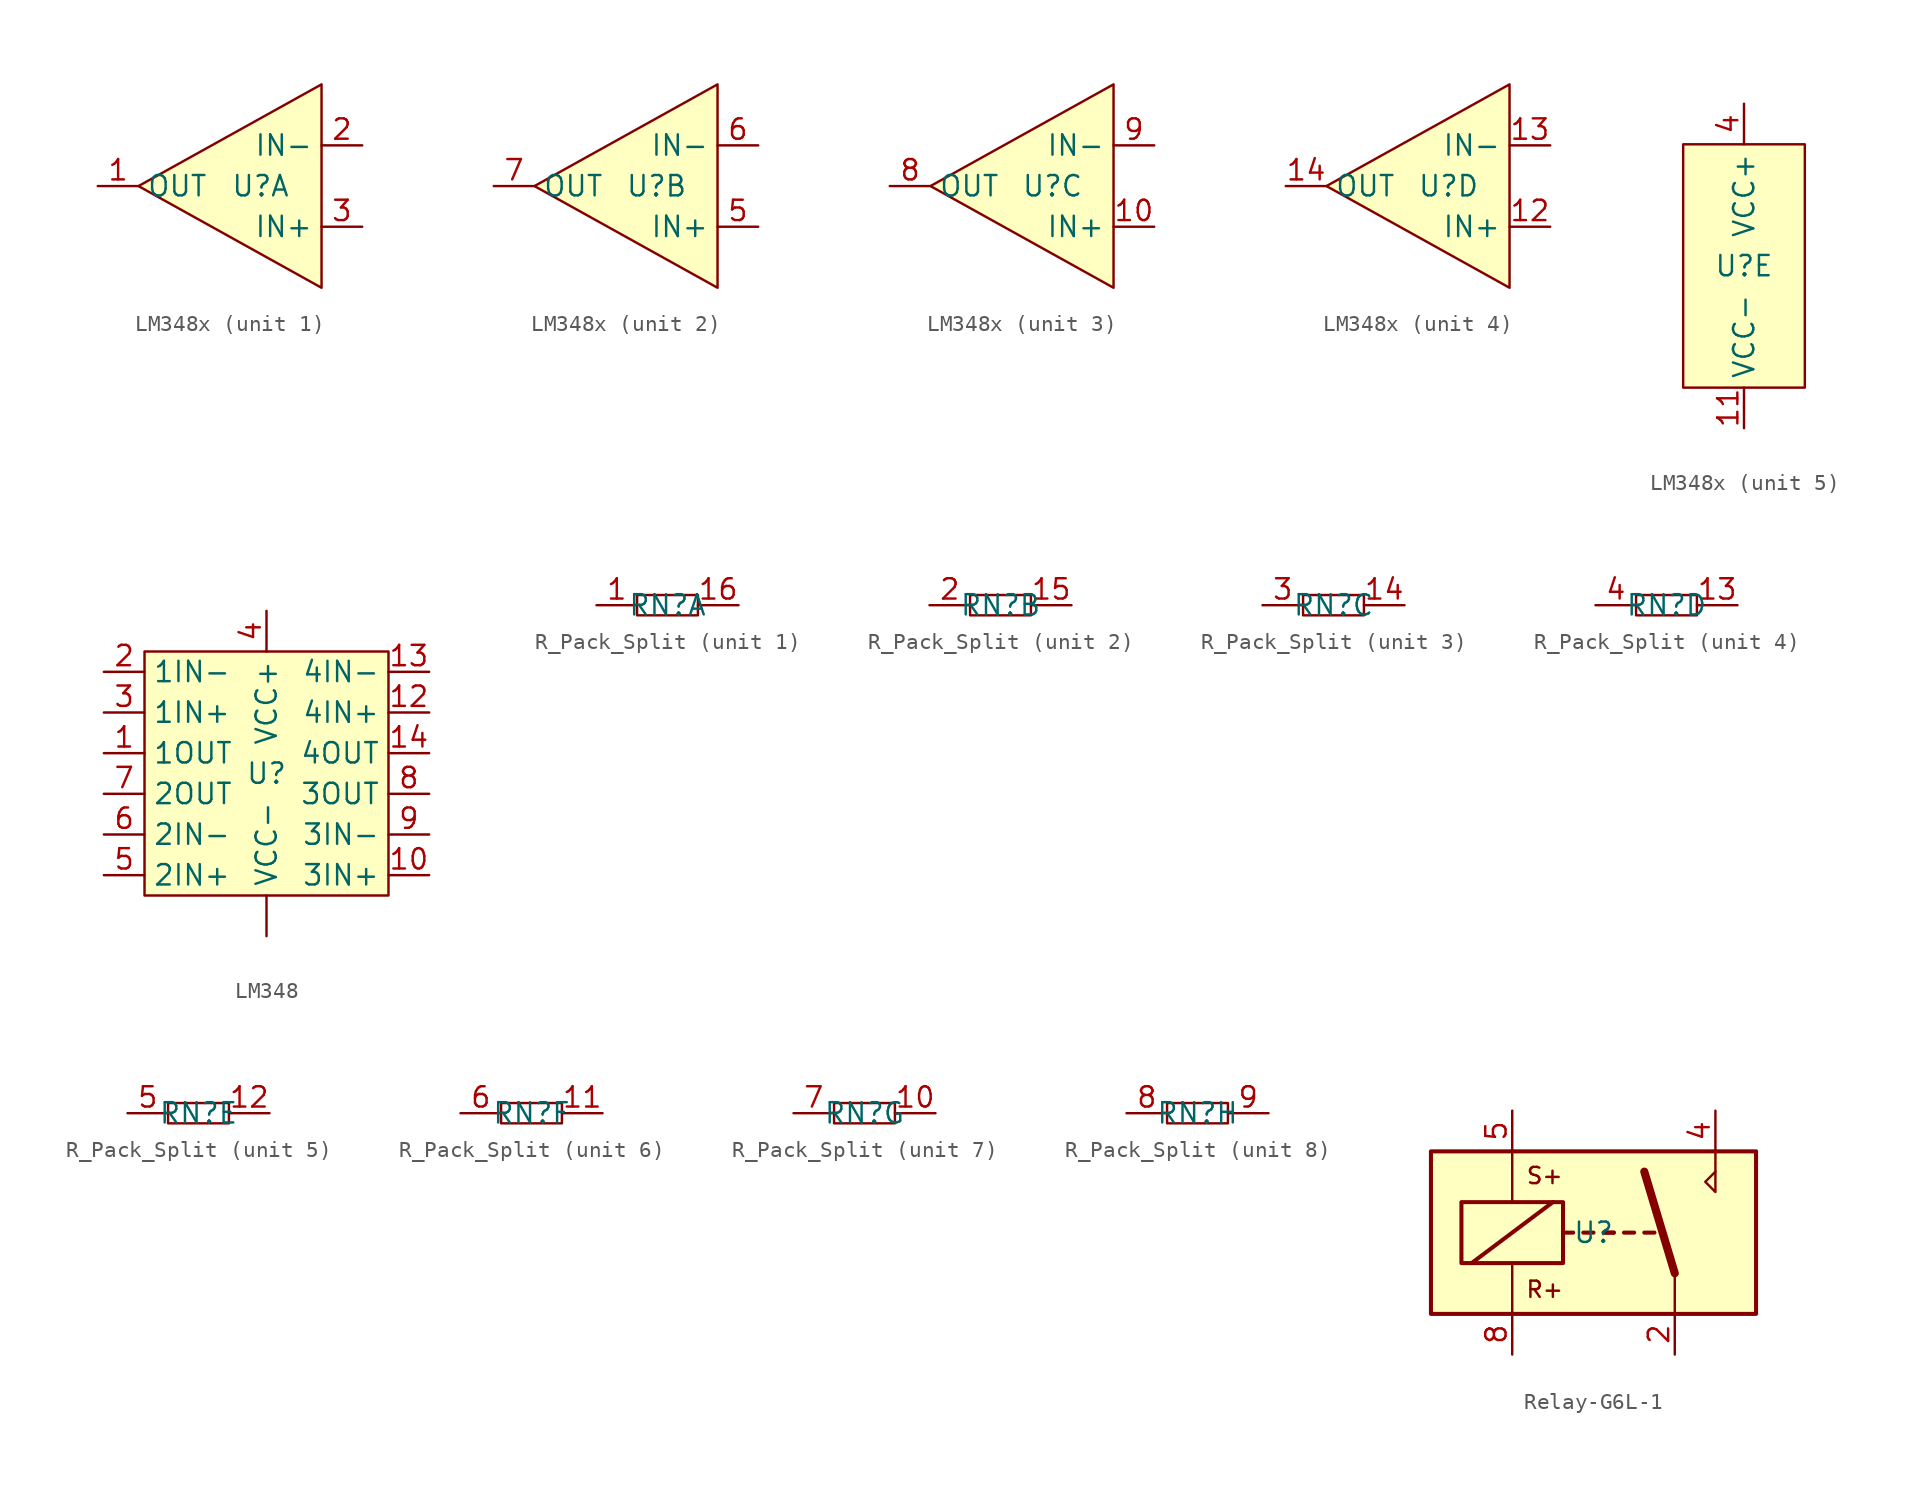
<source format=kicad_sym>
(kicad_symbol_lib
  (version 20231120)
  (generator "kicad_symbol_editor")
  (generator_version "8.0")
  (symbol "LM348x"
    (property "Reference" "U"
      (at 0 0 0)
      (effects (font (size 1.27 1.27))))
    (property "Value" ""
      (at -1.27 0 0)
      (effects (font (size 1.27 1.27))))
    (property "ki_locked" ""
      (at 0 0 0)
      (effects (font (size 1.27 1.27))))
    (symbol "LM348x_1_1"
      (polyline (pts (xy -7.62 0) (xy 3.81 6.35) (xy 3.81 -6.35) (xy -7.62 0)) (stroke (width 0) (type default)) (fill (type background)))
      (pin output line (at -10.16 0 0) (length 2.54) (name "OUT" (effects (font (size 1.27 1.27)))) (number "1" (effects (font (size 1.27 1.27)))))
      (pin input line (at 6.35 2.54 180) (length 2.54) (name "IN-" (effects (font (size 1.27 1.27)))) (number "2" (effects (font (size 1.27 1.27)))))
      (pin input line (at 6.35 -2.54 180) (length 2.54) (name "IN+" (effects (font (size 1.27 1.27)))) (number "3" (effects (font (size 1.27 1.27))))))
    (symbol "LM348x_2_1"
      (polyline (pts (xy -7.62 0) (xy 3.81 6.35) (xy 3.81 -6.35) (xy -7.62 0)) (stroke (width 0) (type default)) (fill (type background)))
      (pin input line (at 6.35 -2.54 180) (length 2.54) (name "IN+" (effects (font (size 1.27 1.27)))) (number "5" (effects (font (size 1.27 1.27)))))
      (pin input line (at 6.35 2.54 180) (length 2.54) (name "IN-" (effects (font (size 1.27 1.27)))) (number "6" (effects (font (size 1.27 1.27)))))
      (pin output line (at -10.16 0 0) (length 2.54) (name "OUT" (effects (font (size 1.27 1.27)))) (number "7" (effects (font (size 1.27 1.27))))))
    (symbol "LM348x_3_1"
      (polyline (pts (xy -7.62 0) (xy 3.81 6.35) (xy 3.81 -6.35) (xy -7.62 0)) (stroke (width 0) (type default)) (fill (type background)))
      (pin input line (at 6.35 -2.54 180) (length 2.54) (name "IN+" (effects (font (size 1.27 1.27)))) (number "10" (effects (font (size 1.27 1.27)))))
      (pin output line (at -10.16 0 0) (length 2.54) (name "OUT" (effects (font (size 1.27 1.27)))) (number "8" (effects (font (size 1.27 1.27)))))
      (pin input line (at 6.35 2.54 180) (length 2.54) (name "IN-" (effects (font (size 1.27 1.27)))) (number "9" (effects (font (size 1.27 1.27))))))
    (symbol "LM348x_4_1"
      (polyline (pts (xy -7.62 0) (xy 3.81 6.35) (xy 3.81 -6.35) (xy -7.62 0)) (stroke (width 0) (type default)) (fill (type background)))
      (pin input line (at 6.35 -2.54 180) (length 2.54) (name "IN+" (effects (font (size 1.27 1.27)))) (number "12" (effects (font (size 1.27 1.27)))))
      (pin input line (at 6.35 2.54 180) (length 2.54) (name "IN-" (effects (font (size 1.27 1.27)))) (number "13" (effects (font (size 1.27 1.27)))))
      (pin output line (at -10.16 0 0) (length 2.54) (name "OUT" (effects (font (size 1.27 1.27)))) (number "14" (effects (font (size 1.27 1.27))))))
    (symbol "LM348x_5_1"
      (rectangle (start -3.81 7.62) (end 3.81 -7.62) (stroke (width 0) (type default)) (fill (type background)))
      (pin power_in line (at 0 -10.16 90) (length 2.54) (name "VCC-" (effects (font (size 1.27 1.27)))) (number "11" (effects (font (size 1.27 1.27)))))
      (pin power_in line (at 0 10.16 270) (length 2.54) (name "VCC+" (effects (font (size 1.27 1.27)))) (number "4" (effects (font (size 1.27 1.27)))))))
  (symbol "LM348"
    (property "Reference" "U"
      (at 0 0 0)
      (effects (font (size 1.27 1.27))))
    (property "Value" ""
      (at 0 0 0)
      (effects (font (size 1.27 1.27))))
    (symbol "LM348_1_1"
      (rectangle (start -7.62 7.62) (end 7.62 -7.62) (stroke (width 0) (type default)) (fill (type background)))
      (pin power_in line (at 0 -10.16 90) (length 2.54) (name "VCC-" (effects (font (size 1.27 1.27)))) (number "" (effects (font (size 1.27 1.27)))))
      (pin power_in line (at -10.16 1.27 0) (length 2.54) (name "1OUT" (effects (font (size 1.27 1.27)))) (number "1" (effects (font (size 1.27 1.27)))))
      (pin power_in line (at 10.16 -6.35 180) (length 2.54) (name "3IN+" (effects (font (size 1.27 1.27)))) (number "10" (effects (font (size 1.27 1.27)))))
      (pin power_in line (at 10.16 3.81 180) (length 2.54) (name "4IN+" (effects (font (size 1.27 1.27)))) (number "12" (effects (font (size 1.27 1.27)))))
      (pin power_in line (at 10.16 6.35 180) (length 2.54) (name "4IN-" (effects (font (size 1.27 1.27)))) (number "13" (effects (font (size 1.27 1.27)))))
      (pin power_in line (at 10.16 1.27 180) (length 2.54) (name "4OUT" (effects (font (size 1.27 1.27)))) (number "14" (effects (font (size 1.27 1.27)))))
      (pin power_in line (at -10.16 6.35 0) (length 2.54) (name "1IN-" (effects (font (size 1.27 1.27)))) (number "2" (effects (font (size 1.27 1.27)))))
      (pin power_in line (at -10.16 3.81 0) (length 2.54) (name "1IN+" (effects (font (size 1.27 1.27)))) (number "3" (effects (font (size 1.27 1.27)))))
      (pin power_in line (at 0 10.16 270) (length 2.54) (name "VCC+" (effects (font (size 1.27 1.27)))) (number "4" (effects (font (size 1.27 1.27)))))
      (pin power_in line (at -10.16 -6.35 0) (length 2.54) (name "2IN+" (effects (font (size 1.27 1.27)))) (number "5" (effects (font (size 1.27 1.27)))))
      (pin power_in line (at -10.16 -3.81 0) (length 2.54) (name "2IN-" (effects (font (size 1.27 1.27)))) (number "6" (effects (font (size 1.27 1.27)))))
      (pin power_in line (at -10.16 -1.27 0) (length 2.54) (name "2OUT" (effects (font (size 1.27 1.27)))) (number "7" (effects (font (size 1.27 1.27)))))
      (pin power_in line (at 10.16 -1.27 180) (length 2.54) (name "3OUT" (effects (font (size 1.27 1.27)))) (number "8" (effects (font (size 1.27 1.27)))))
      (pin power_in line (at 10.16 -3.81 180) (length 2.54) (name "3IN-" (effects (font (size 1.27 1.27)))) (number "9" (effects (font (size 1.27 1.27)))))))
  (symbol "R_Pack_Split"
    (property "Reference" "RN"
      (at 0 0 0)
      (effects (font (size 1.27 1.27))))
    (property "Value" ""
      (at 0 0 0)
      (effects (font (size 1.27 1.27))))
    (symbol "R_Pack_Split_0_1"
      (rectangle (start -1.905 0.635) (end 1.905 -0.635) (stroke (width 0) (type default)) (fill (type none))))
    (symbol "R_Pack_Split_1_1"
      (pin passive line (at -4.445 0 0) (length 2.54) (name "" (effects (font (size 1.27 1.27)))) (number "1" (effects (font (size 1.27 1.27)))))
      (pin passive line (at 4.445 0 180) (length 2.54) (name "" (effects (font (size 1.27 1.27)))) (number "16" (effects (font (size 1.27 1.27))))))
    (symbol "R_Pack_Split_2_1"
      (pin passive line (at 4.445 0 180) (length 2.54) (name "" (effects (font (size 1.27 1.27)))) (number "15" (effects (font (size 1.27 1.27)))))
      (pin passive line (at -4.445 0 0) (length 2.54) (name "" (effects (font (size 1.27 1.27)))) (number "2" (effects (font (size 1.27 1.27))))))
    (symbol "R_Pack_Split_3_1"
      (pin passive line (at 4.445 0 180) (length 2.54) (name "" (effects (font (size 1.27 1.27)))) (number "14" (effects (font (size 1.27 1.27)))))
      (pin passive line (at -4.445 0 0) (length 2.54) (name "" (effects (font (size 1.27 1.27)))) (number "3" (effects (font (size 1.27 1.27))))))
    (symbol "R_Pack_Split_4_1"
      (pin passive line (at 4.445 0 180) (length 2.54) (name "" (effects (font (size 1.27 1.27)))) (number "13" (effects (font (size 1.27 1.27)))))
      (pin passive line (at -4.445 0 0) (length 2.54) (name "" (effects (font (size 1.27 1.27)))) (number "4" (effects (font (size 1.27 1.27))))))
    (symbol "R_Pack_Split_5_1"
      (pin passive line (at 4.445 0 180) (length 2.54) (name "" (effects (font (size 1.27 1.27)))) (number "12" (effects (font (size 1.27 1.27)))))
      (pin passive line (at -4.445 0 0) (length 2.54) (name "" (effects (font (size 1.27 1.27)))) (number "5" (effects (font (size 1.27 1.27))))))
    (symbol "R_Pack_Split_6_1"
      (pin passive line (at 4.445 0 180) (length 2.54) (name "" (effects (font (size 1.27 1.27)))) (number "11" (effects (font (size 1.27 1.27)))))
      (pin passive line (at -4.445 0 0) (length 2.54) (name "" (effects (font (size 1.27 1.27)))) (number "6" (effects (font (size 1.27 1.27))))))
    (symbol "R_Pack_Split_7_1"
      (pin passive line (at 4.445 0 180) (length 2.54) (name "" (effects (font (size 1.27 1.27)))) (number "10" (effects (font (size 1.27 1.27)))))
      (pin passive line (at -4.445 0 0) (length 2.54) (name "" (effects (font (size 1.27 1.27)))) (number "7" (effects (font (size 1.27 1.27))))))
    (symbol "R_Pack_Split_8_1"
      (pin passive line (at -4.445 0 0) (length 2.54) (name "" (effects (font (size 1.27 1.27)))) (number "8" (effects (font (size 1.27 1.27)))))
      (pin passive line (at 4.445 0 180) (length 2.54) (name "" (effects (font (size 1.27 1.27)))) (number "9" (effects (font (size 1.27 1.27)))))))
  (symbol "Relay-G6L-1"
    (property "Reference" "U"
      (at 0 0 0)
      (effects (font (size 1.27 1.27))))
    (property "Value" ""
      (at 0 0 0)
      (effects (font (size 1.27 1.27))))
    (symbol "Relay-G6L-1_1_1"
      (rectangle (start -10.16 5.08) (end 10.16 -5.08) (stroke (width 0.254) (type default)) (fill (type background)))
      (rectangle (start -8.255 1.905) (end -1.905 -1.905) (stroke (width 0.254) (type default)) (fill (type none)))
      (polyline (pts (xy -7.62 -1.905) (xy -2.54 1.905)) (stroke (width 0.254) (type default)) (fill (type none)))
      (polyline (pts (xy -5.08 -5.08) (xy -5.08 -1.905)) (stroke (width 0) (type default)) (fill (type none)))
      (polyline (pts (xy -5.08 5.08) (xy -5.08 1.905)) (stroke (width 0) (type default)) (fill (type none)))
      (polyline (pts (xy -1.905 0) (xy -1.27 0)) (stroke (width 0.254) (type default)) (fill (type none)))
      (polyline (pts (xy -0.635 0) (xy 0 0)) (stroke (width 0.254) (type default)) (fill (type none)))
      (polyline (pts (xy 0.635 0) (xy 1.27 0)) (stroke (width 0.254) (type default)) (fill (type none)))
      (polyline (pts (xy 0.635 0) (xy 1.27 0)) (stroke (width 0.254) (type default)) (fill (type none)))
      (polyline (pts (xy 1.905 0) (xy 2.54 0)) (stroke (width 0.254) (type default)) (fill (type none)))
      (polyline (pts (xy 3.175 0) (xy 3.81 0)) (stroke (width 0.254) (type default)) (fill (type none)))
      (polyline (pts (xy 5.08 -2.54) (xy 3.175 3.81)) (stroke (width 0.508) (type default)) (fill (type none)))
      (polyline (pts (xy 5.08 -2.54) (xy 5.08 -5.08)) (stroke (width 0) (type default)) (fill (type none)))
      (polyline (pts (xy 7.62 3.81) (xy 7.62 5.08)) (stroke (width 0) (type default)) (fill (type none)))
      (polyline (pts (xy 7.62 3.81) (xy 7.62 2.54) (xy 6.985 3.175) (xy 7.62 3.81)) (stroke (width 0) (type default)) (fill (type none)))
      (text "R+" (at -3.048 -3.556 0) (effects (font (size 1.016 1.016))))
      (text "S+" (at -3.048 3.556 0) (effects (font (size 1.016 1.016))))
      (pin passive line (at 5.08 -7.62 90) (length 2.54) (name "~" (effects (font (size 1.27 1.27)))) (number "2" (effects (font (size 1.27 1.27)))))
      (pin passive line (at 7.62 7.62 270) (length 2.54) (name "~" (effects (font (size 1.27 1.27)))) (number "4" (effects (font (size 1.27 1.27)))))
      (pin passive line (at -5.08 7.62 270) (length 2.54) (name "~" (effects (font (size 1.27 1.27)))) (number "5" (effects (font (size 1.27 1.27)))))
      (pin passive line (at -5.08 -7.62 90) (length 2.54) (name "~" (effects (font (size 1.27 1.27)))) (number "8" (effects (font (size 1.27 1.27))))))))
</source>
